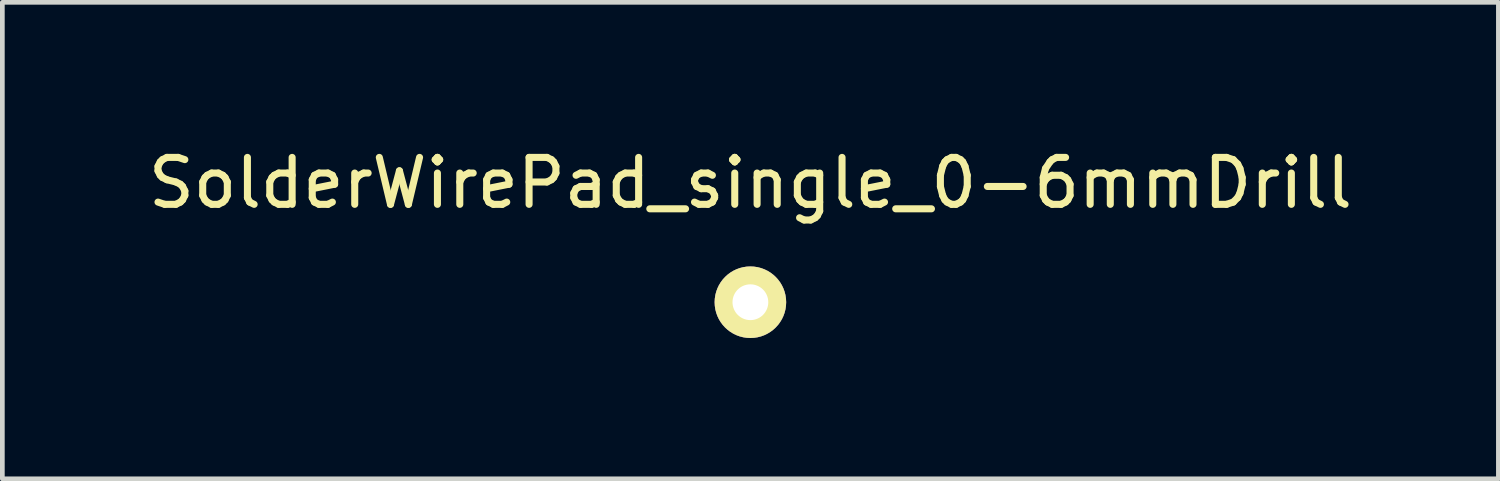
<source format=kicad_pcb>
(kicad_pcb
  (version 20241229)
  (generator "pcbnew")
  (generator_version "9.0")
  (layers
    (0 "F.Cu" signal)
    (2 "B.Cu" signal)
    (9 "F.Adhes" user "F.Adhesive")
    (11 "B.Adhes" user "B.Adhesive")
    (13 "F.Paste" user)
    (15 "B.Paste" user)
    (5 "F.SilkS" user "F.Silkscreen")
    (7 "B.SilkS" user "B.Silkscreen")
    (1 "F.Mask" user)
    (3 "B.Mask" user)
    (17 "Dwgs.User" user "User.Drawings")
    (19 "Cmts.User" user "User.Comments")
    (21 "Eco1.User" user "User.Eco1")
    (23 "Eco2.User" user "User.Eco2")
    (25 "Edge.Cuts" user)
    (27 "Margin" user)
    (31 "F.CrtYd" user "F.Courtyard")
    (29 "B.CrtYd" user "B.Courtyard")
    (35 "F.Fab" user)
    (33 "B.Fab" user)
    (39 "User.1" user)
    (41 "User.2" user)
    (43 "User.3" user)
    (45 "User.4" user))
  (footprint "SolderWirePad_single_0-6mmDrill"
    (layer "F.Cu")
    (at 12.935 3.388)
    (property "Reference" "SolderWirePad_single_0-6mmDrill" (at 0 -2.54 0) (layer "F.SilkS") (effects (font (size 1 1) (thickness 0.15))))
    (attr through_hole)
    (pad "2" thru_hole circle (at 0 0) (size 1.524 1.524) (drill 0.762) (layers "*.Cu" "*.Mask" "F.SilkS")))
  (gr_rect
    (start -3 -3)
    (end 28.869 7.15)
    (stroke (width 0.1) (type default))
    (fill no)
    (layer "Edge.Cuts")))
</source>
